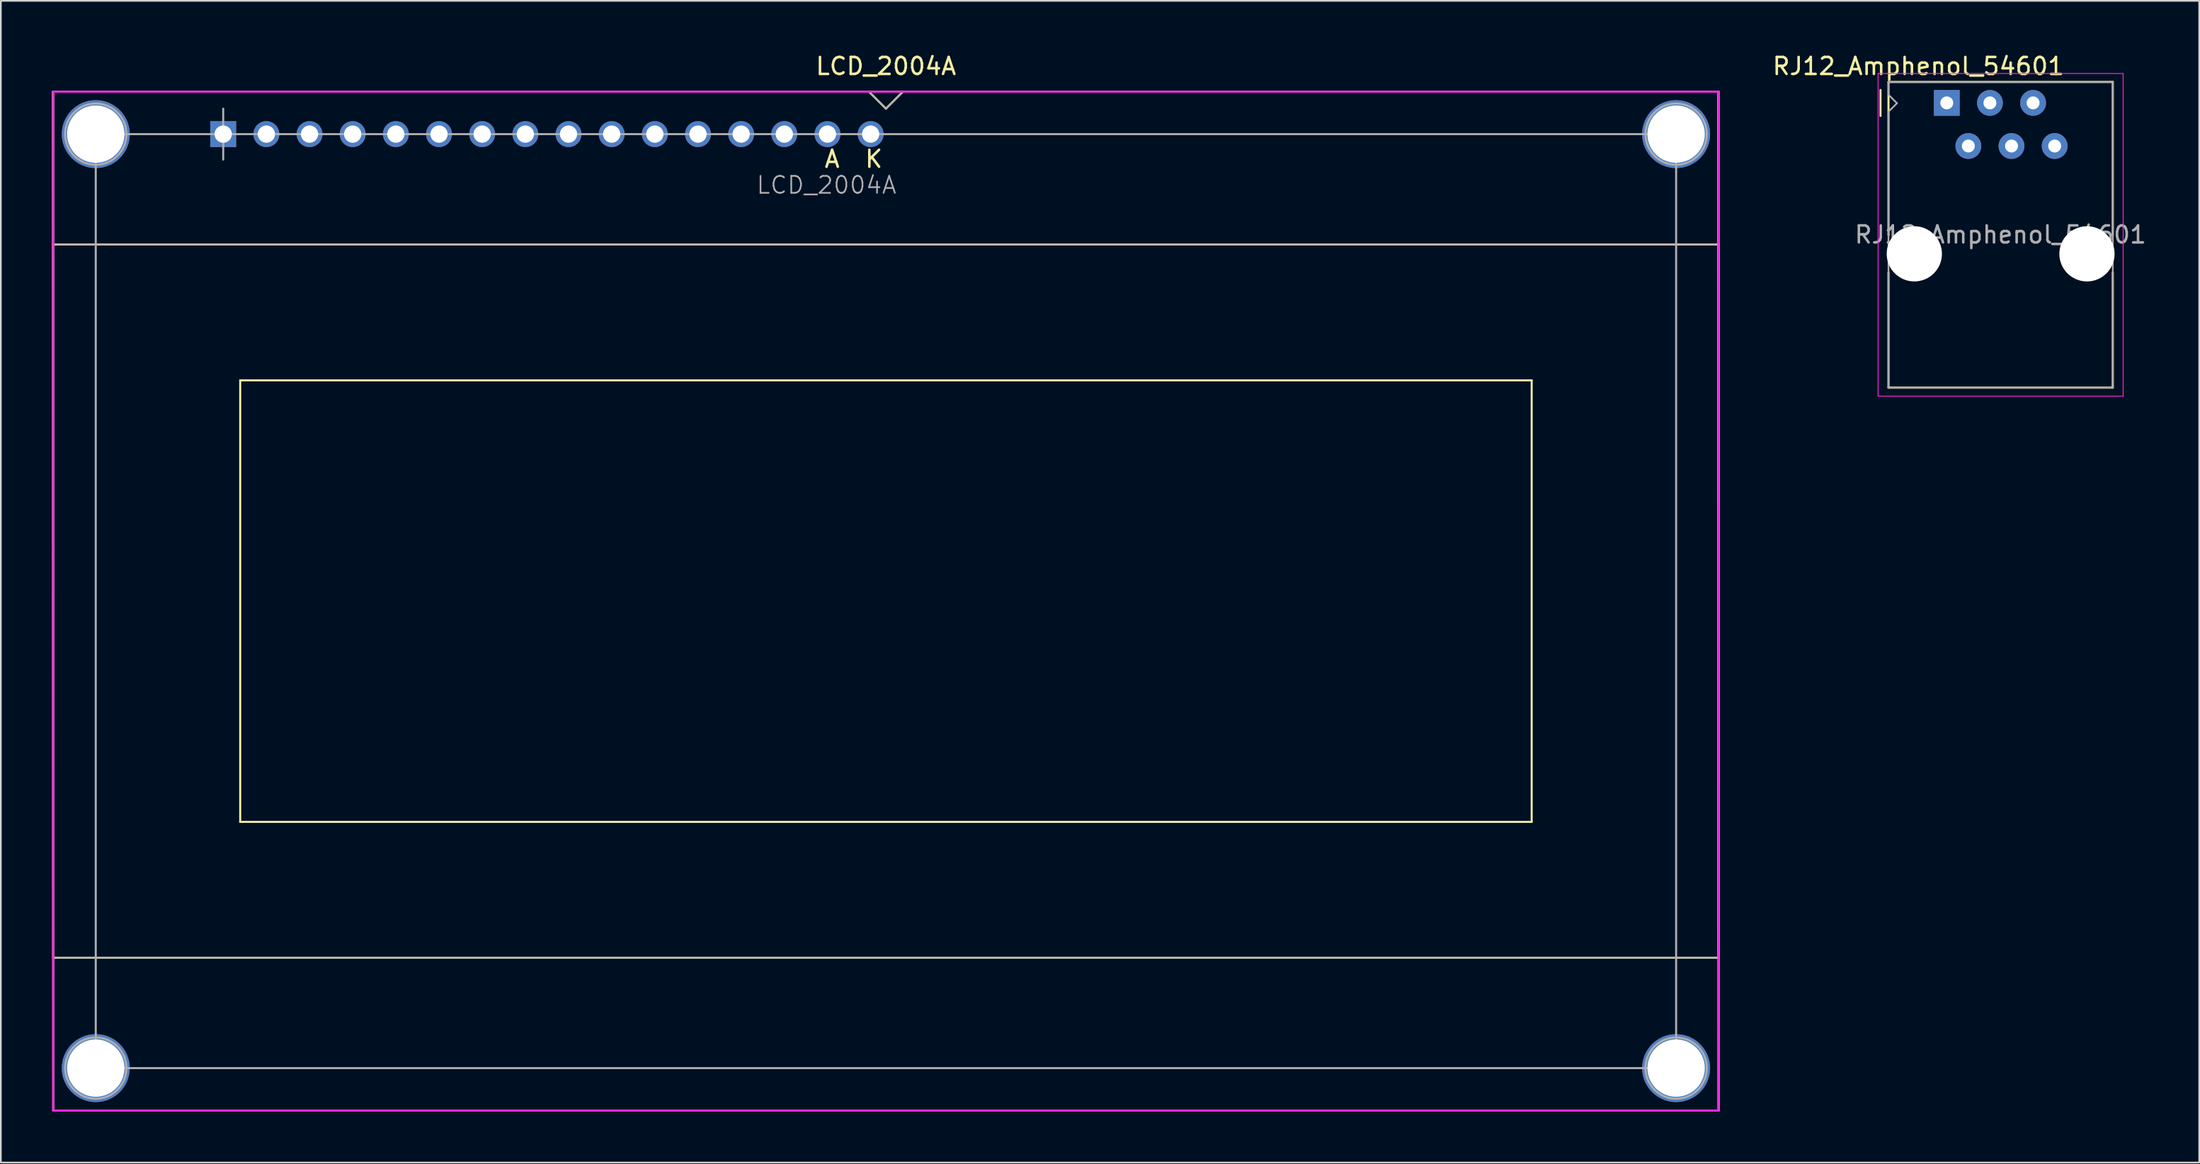
<source format=kicad_pcb>
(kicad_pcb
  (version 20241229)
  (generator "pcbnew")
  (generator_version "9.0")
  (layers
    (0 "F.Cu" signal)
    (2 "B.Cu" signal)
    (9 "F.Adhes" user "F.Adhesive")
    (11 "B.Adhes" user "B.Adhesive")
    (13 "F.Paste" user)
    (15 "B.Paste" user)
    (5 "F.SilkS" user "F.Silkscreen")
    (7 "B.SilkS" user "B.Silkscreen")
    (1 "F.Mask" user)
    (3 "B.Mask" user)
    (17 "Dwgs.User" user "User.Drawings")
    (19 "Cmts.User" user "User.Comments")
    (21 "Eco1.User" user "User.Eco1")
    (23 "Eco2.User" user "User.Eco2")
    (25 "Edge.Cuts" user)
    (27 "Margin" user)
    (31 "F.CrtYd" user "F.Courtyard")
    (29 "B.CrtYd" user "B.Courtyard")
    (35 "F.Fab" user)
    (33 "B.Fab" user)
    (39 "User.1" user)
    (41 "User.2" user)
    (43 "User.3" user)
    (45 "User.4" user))
  (footprint "RJ12_Amphenol_54601"
    (layer "F.Cu")
    (at 111.512 3.008)
    (property "Reference" "RJ12_Amphenol_54601" (at -1.67 -2.16 0) (layer "F.SilkS") (effects (font (size 1 1) (thickness 0.15))))
    (attr through_hole)
    (fp_line (start -3.9 0.77) (end -3.9 -0.76) (stroke (width 0.12) (type solid)) (layer "F.SilkS"))
    (fp_line (start -3.43 -1.23) (end 9.77 -1.23) (stroke (width 0.12) (type solid)) (layer "F.SilkS"))
    (fp_line (start -3.43 7.72) (end -3.43 7.79) (stroke (width 0.1) (type solid)) (layer "F.SilkS"))
    (fp_line (start -3.43 7.79) (end -3.43 -1.23) (stroke (width 0.12) (type solid)) (layer "F.SilkS"))
    (fp_line (start -3.43 16.77) (end -3.43 9.99) (stroke (width 0.12) (type solid)) (layer "F.SilkS"))
    (fp_line (start 9.77 -1.23) (end 9.77 7.79) (stroke (width 0.12) (type solid)) (layer "F.SilkS"))
    (fp_line (start 9.77 16.65) (end 9.77 16.77) (stroke (width 0.1) (type solid)) (layer "F.SilkS"))
    (fp_line (start 9.77 16.76) (end 9.77 16.77) (stroke (width 0.1) (type solid)) (layer "F.SilkS"))
    (fp_line (start 9.77 16.77) (end -3.43 16.77) (stroke (width 0.12) (type solid)) (layer "F.SilkS"))
    (fp_line (start 9.77 16.77) (end 9.77 9.99) (stroke (width 0.12) (type solid)) (layer "F.SilkS"))
    (fp_line (start -4.04 -1.73) (end 10.38 -1.73) (stroke (width 0.05) (type solid)) (layer "F.CrtYd"))
    (fp_line (start -4.04 17.27) (end -4.04 -1.73) (stroke (width 0.05) (type solid)) (layer "F.CrtYd"))
    (fp_line (start 10.38 -1.73) (end 10.38 17.27) (stroke (width 0.05) (type solid)) (layer "F.CrtYd"))
    (fp_line (start 10.38 17.27) (end -4.04 17.27) (stroke (width 0.05) (type solid)) (layer "F.CrtYd"))
    (fp_line (start -3.43 -1.23) (end 9.77 -1.23) (stroke (width 0.1) (type solid)) (layer "F.Fab"))
    (fp_line (start -3.43 -0.48) (end -3.43 -1.23) (stroke (width 0.1) (type solid)) (layer "F.Fab"))
    (fp_line (start -3.43 0.52) (end -2.93 0.02) (stroke (width 0.1) (type solid)) (layer "F.Fab"))
    (fp_line (start -3.43 16.77) (end -3.43 0.52) (stroke (width 0.1) (type solid)) (layer "F.Fab"))
    (fp_line (start -2.93 0.02) (end -3.43 -0.48) (stroke (width 0.1) (type solid)) (layer "F.Fab"))
    (fp_line (start 9.77 -1.23) (end 9.77 16.77) (stroke (width 0.1) (type solid)) (layer "F.Fab"))
    (fp_line (start 9.77 16.77) (end -3.43 16.77) (stroke (width 0.1) (type solid)) (layer "F.Fab"))
    (fp_text user "${REFERENCE}" (at 3.16 7.76 0) (layer "F.Fab") (effects (font (size 1 1) (thickness 0.15))))
    (pad "" np_thru_hole circle (at -1.91 8.89) (size 3.25 3.25) (drill 3.25) (layers "*.Cu" "*.Mask"))
    (pad "" np_thru_hole circle (at 8.25 8.89) (size 3.25 3.25) (drill 3.25) (layers "*.Cu" "*.Mask"))
    (pad "1" thru_hole rect (at 0 0) (size 1.52 1.52) (drill 0.76) (layers "*.Cu" "*.Mask"))
    (pad "2" thru_hole circle (at 1.27 2.54) (size 1.52 1.52) (drill 0.76) (layers "*.Cu" "*.Mask"))
    (pad "3" thru_hole circle (at 2.54 0) (size 1.52 1.52) (drill 0.76) (layers "*.Cu" "*.Mask"))
    (pad "4" thru_hole circle (at 3.81 2.54) (size 1.52 1.52) (drill 0.76) (layers "*.Cu" "*.Mask"))
    (pad "5" thru_hole circle (at 5.08 0) (size 1.52 1.52) (drill 0.76) (layers "*.Cu" "*.Mask"))
    (pad "6" thru_hole circle (at 6.35 2.54) (size 1.52 1.52) (drill 0.76) (layers "*.Cu" "*.Mask")))
  (footprint "LCD_2004A"
    (layer "F.Cu")
    (at 49.085 32.348)
    (property "Reference" "LCD_2004A" (at 0 -31.5 180) (layer "F.SilkS") (effects (font (size 1 1) (thickness 0.15))))
    (attr through_hole)
    (fp_line (start -49 -30) (end -49 30) (stroke (width 0.12) (type solid)) (layer "F.SilkS"))
    (fp_line (start -49 -21) (end -49 21) (stroke (width 0.12) (type solid)) (layer "F.SilkS"))
    (fp_line (start -49 21) (end 49 21) (stroke (width 0.12) (type solid)) (layer "F.SilkS"))
    (fp_line (start -49 30) (end 49 30) (stroke (width 0.12) (type solid)) (layer "F.SilkS"))
    (fp_line (start -38 -13) (end -38 13) (stroke (width 0.12) (type solid)) (layer "F.SilkS"))
    (fp_line (start -38 13) (end 38 13) (stroke (width 0.12) (type solid)) (layer "F.SilkS"))
    (fp_line (start -1 -30) (end 0 -29) (stroke (width 0.12) (type solid)) (layer "F.SilkS"))
    (fp_line (start 0 -29) (end 1 -30) (stroke (width 0.12) (type solid)) (layer "F.SilkS"))
    (fp_line (start 32 30) (end -30 30) (stroke (width 0.12) (type solid)) (layer "F.SilkS"))
    (fp_line (start 38 -13) (end -38 -13) (stroke (width 0.12) (type solid)) (layer "F.SilkS"))
    (fp_line (start 38 13) (end 38 -13) (stroke (width 0.12) (type solid)) (layer "F.SilkS"))
    (fp_line (start 49 -30) (end -49 -30) (stroke (width 0.12) (type solid)) (layer "F.SilkS"))
    (fp_line (start 49 -21) (end -49 -21) (stroke (width 0.12) (type solid)) (layer "F.SilkS"))
    (fp_line (start 49 21) (end 49 -21) (stroke (width 0.12) (type solid)) (layer "F.SilkS"))
    (fp_line (start 49 30) (end 49 -30) (stroke (width 0.12) (type solid)) (layer "F.SilkS"))
    (fp_line (start -49 -30) (end -49 30) (stroke (width 0.12) (type solid)) (layer "F.CrtYd"))
    (fp_line (start -49 30) (end 49 30) (stroke (width 0.12) (type solid)) (layer "F.CrtYd"))
    (fp_line (start 49 -30) (end -49 -30) (stroke (width 0.12) (type solid)) (layer "F.CrtYd"))
    (fp_line (start 49 30) (end 49 -30) (stroke (width 0.12) (type solid)) (layer "F.CrtYd"))
    (fp_line (start -49.025 -29.997) (end -49 30) (stroke (width 0.12) (type solid)) (layer "F.Fab"))
    (fp_line (start -49.025 -29.997) (end 48.975 -29.997) (stroke (width 0.1) (type solid)) (layer "F.Fab"))
    (fp_line (start -49 30) (end 49 30) (stroke (width 0.1) (type solid)) (layer "F.Fab"))
    (fp_line (start -46.5 -27.5) (end -46.5 27.5) (stroke (width 0.12) (type solid)) (layer "F.Fab"))
    (fp_line (start -46.5 27.5) (end 46.5 27.5) (stroke (width 0.12) (type solid)) (layer "F.Fab"))
    (fp_line (start -39 -29) (end -39 -26) (stroke (width 0.12) (type solid)) (layer "F.Fab"))
    (fp_line (start 0 -29) (end -1 -30) (stroke (width 0.1) (type solid)) (layer "F.Fab"))
    (fp_line (start 1 -30) (end 0 -29) (stroke (width 0.1) (type solid)) (layer "F.Fab"))
    (fp_line (start 46.5 -27.5) (end -46.5 -27.5) (stroke (width 0.12) (type solid)) (layer "F.Fab"))
    (fp_line (start 46.5 27.5) (end 46.5 -27.5) (stroke (width 0.12) (type solid)) (layer "F.Fab"))
    (fp_line (start 48.975 -29.997) (end 49 30) (stroke (width 0.12) (type solid)) (layer "F.Fab"))
    (fp_circle (center -46.5 -27.5) (end -45 -26.5) (stroke (width 0.12) (type solid)) (fill no) (layer "F.Fab"))
    (fp_circle (center -46.5 27.5) (end -45 28.5) (stroke (width 0.12) (type solid)) (fill no) (layer "F.Fab"))
    (fp_circle (center 46.5 -27.5) (end 47.5 -26) (stroke (width 0.12) (type solid)) (fill no) (layer "F.Fab"))
    (fp_circle (center 46.5 27.5) (end 47.5 29) (stroke (width 0.12) (type solid)) (fill no) (layer "F.Fab"))
    (fp_poly (pts (xy 49 21) (xy -49 21) (xy -49 -21) (xy 49 -21)) (stroke (width 0.1) (type solid)) (fill no) (layer "F.Fab"))
    (fp_text user "A  K" (at -1.905 -26.035 0) (layer "F.SilkS") (effects (font (size 1 1) (thickness 0.15))))
    (fp_text user "${REFERENCE}" (at -3.5 -24.5 180) (layer "F.Fab") (effects (font (size 1 1) (thickness 0.1))))
    (pad "1" thru_hole rect (at -39 -27.5 180) (size 1.524 1.524) (drill 1.016) (layers "*.Cu" "*.Mask"))
    (pad "2" thru_hole circle (at -36.46 -27.5 180) (size 1.524 1.524) (drill 1.016) (layers "*.Cu" "*.Mask"))
    (pad "3" thru_hole circle (at -33.92 -27.5 180) (size 1.524 1.524) (drill 1.016) (layers "*.Cu" "*.Mask"))
    (pad "4" thru_hole circle (at -31.38 -27.5 180) (size 1.524 1.524) (drill 1.016) (layers "*.Cu" "*.Mask"))
    (pad "5" thru_hole circle (at -28.84 -27.5 180) (size 1.524 1.524) (drill 1.016) (layers "*.Cu" "*.Mask"))
    (pad "6" thru_hole circle (at -26.3 -27.5 180) (size 1.524 1.524) (drill 1.016) (layers "*.Cu" "*.Mask"))
    (pad "7" thru_hole circle (at -23.76 -27.5 180) (size 1.524 1.524) (drill 1.016) (layers "*.Cu" "*.Mask"))
    (pad "8" thru_hole circle (at -21.22 -27.5 180) (size 1.524 1.524) (drill 1.016) (layers "*.Cu" "*.Mask"))
    (pad "9" thru_hole circle (at -18.68 -27.5 180) (size 1.524 1.524) (drill 1.016) (layers "*.Cu" "*.Mask"))
    (pad "10" thru_hole circle (at -16.14 -27.5 180) (size 1.524 1.524) (drill 1.016) (layers "*.Cu" "*.Mask"))
    (pad "11" thru_hole circle (at -13.6 -27.5 180) (size 1.524 1.524) (drill 1.016) (layers "*.Cu" "*.Mask"))
    (pad "12" thru_hole circle (at -11.06 -27.5 180) (size 1.524 1.524) (drill 1.016) (layers "*.Cu" "*.Mask"))
    (pad "13" thru_hole circle (at -8.52 -27.5 180) (size 1.524 1.524) (drill 1.016) (layers "*.Cu" "*.Mask"))
    (pad "14" thru_hole circle (at -5.98 -27.5 180) (size 1.524 1.524) (drill 1.016) (layers "*.Cu" "*.Mask"))
    (pad "15" thru_hole circle (at -3.44 -27.5 180) (size 1.524 1.524) (drill 1.016) (layers "*.Cu" "*.Mask"))
    (pad "16" thru_hole circle (at -0.9 -27.5 180) (size 1.524 1.524) (drill 1.016) (layers "*.Cu" "*.Mask"))
    (pad "17" thru_hole circle (at -46.5 -27.5) (size 4 4) (drill 3.375) (layers "*.Cu" "*.Mask"))
    (pad "18" thru_hole circle (at -46.5 27.5) (size 4 4) (drill 3.375) (layers "*.Cu" "*.Mask"))
    (pad "19" thru_hole circle (at 46.5 27.5) (size 4 4) (drill 3.375) (layers "*.Cu" "*.Mask"))
    (pad "20" thru_hole circle (at 46.5 -27.5) (size 4 4) (drill 3.375) (layers "*.Cu" "*.Mask")))
  (gr_rect
    (start -3 -3)
    (end 126.368 65.408)
    (stroke (width 0.1) (type default))
    (fill no)
    (layer "Edge.Cuts")))
</source>
